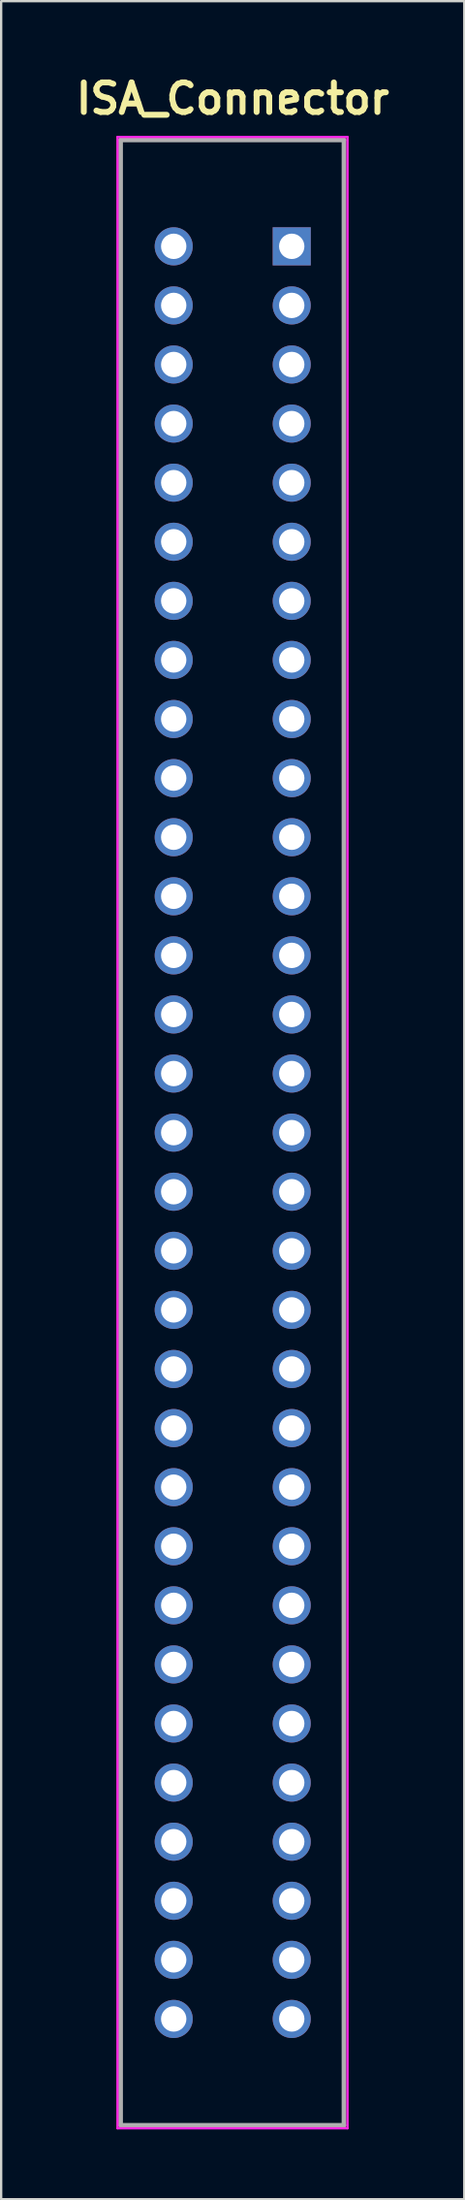
<source format=kicad_pcb>
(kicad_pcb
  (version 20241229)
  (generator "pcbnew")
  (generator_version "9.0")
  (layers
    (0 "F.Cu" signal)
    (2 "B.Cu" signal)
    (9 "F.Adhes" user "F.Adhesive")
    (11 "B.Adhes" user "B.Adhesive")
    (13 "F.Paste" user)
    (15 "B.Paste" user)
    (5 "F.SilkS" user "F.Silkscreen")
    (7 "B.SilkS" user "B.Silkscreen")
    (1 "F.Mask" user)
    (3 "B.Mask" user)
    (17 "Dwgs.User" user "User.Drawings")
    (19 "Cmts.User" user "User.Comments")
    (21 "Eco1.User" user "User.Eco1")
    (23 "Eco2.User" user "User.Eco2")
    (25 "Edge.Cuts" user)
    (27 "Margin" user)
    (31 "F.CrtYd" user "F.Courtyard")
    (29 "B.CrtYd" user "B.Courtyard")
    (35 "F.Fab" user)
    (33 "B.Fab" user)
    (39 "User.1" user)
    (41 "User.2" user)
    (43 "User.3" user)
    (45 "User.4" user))
  (footprint "ISA_Connector"
    (layer "F.Cu")
    (at 9.507 7.539)
    (property "Reference" "ISA_Connector" (at -2.54 -6.35 180) (layer "F.SilkS") (effects (font (size 1.27 1.27) (thickness 0.254))))
    (attr through_hole)
    (fp_line (start -7.366 -4.572) (end 2.248 -4.572) (stroke (width 0.1) (type solid)) (layer "F.SilkS"))
    (fp_line (start -7.366 80.772) (end -7.366 -4.572) (stroke (width 0.1) (type solid)) (layer "F.SilkS"))
    (fp_line (start 2.248 -4.572) (end 2.248 80.772) (stroke (width 0.1) (type solid)) (layer "F.SilkS"))
    (fp_line (start 2.248 80.772) (end -7.366 80.772) (stroke (width 0.1) (type solid)) (layer "F.SilkS"))
    (fp_line (start -7.5 -4.7) (end 2.4 -4.7) (stroke (width 0.1) (type solid)) (layer "F.CrtYd"))
    (fp_line (start -7.5 80.9) (end -7.5 -4.7) (stroke (width 0.1) (type solid)) (layer "F.CrtYd"))
    (fp_line (start 2.4 -4.7) (end 2.4 80.9) (stroke (width 0.1) (type solid)) (layer "F.CrtYd"))
    (fp_line (start 2.4 80.9) (end -7.5 80.9) (stroke (width 0.1) (type solid)) (layer "F.CrtYd"))
    (fp_line (start -7.366 -4.572) (end 2.248 -4.572) (stroke (width 0.2) (type solid)) (layer "F.Fab"))
    (fp_line (start -7.366 80.772) (end -7.366 -4.572) (stroke (width 0.2) (type solid)) (layer "F.Fab"))
    (fp_line (start 2.248 -4.572) (end 2.248 80.772) (stroke (width 0.2) (type solid)) (layer "F.Fab"))
    (fp_line (start 2.248 80.772) (end -7.366 80.772) (stroke (width 0.2) (type solid)) (layer "F.Fab"))
    (pad "1" thru_hole rect (at 0 0 270) (size 1.638 1.638) (drill 1.092) (layers "*.Cu" "*.Mask"))
    (pad "2" thru_hole circle (at 0 2.54 270) (size 1.638 1.638) (drill 1.092) (layers "*.Cu" "*.Mask"))
    (pad "3" thru_hole circle (at 0 5.08 270) (size 1.638 1.638) (drill 1.092) (layers "*.Cu" "*.Mask"))
    (pad "4" thru_hole circle (at 0 7.62 270) (size 1.638 1.638) (drill 1.092) (layers "*.Cu" "*.Mask"))
    (pad "5" thru_hole circle (at 0 10.16 270) (size 1.638 1.638) (drill 1.092) (layers "*.Cu" "*.Mask"))
    (pad "6" thru_hole circle (at 0 12.7 270) (size 1.638 1.638) (drill 1.092) (layers "*.Cu" "*.Mask"))
    (pad "7" thru_hole circle (at 0 15.24 270) (size 1.638 1.638) (drill 1.092) (layers "*.Cu" "*.Mask"))
    (pad "8" thru_hole circle (at 0 17.78 270) (size 1.638 1.638) (drill 1.092) (layers "*.Cu" "*.Mask"))
    (pad "9" thru_hole circle (at 0 20.32 270) (size 1.638 1.638) (drill 1.092) (layers "*.Cu" "*.Mask"))
    (pad "10" thru_hole circle (at 0 22.86 270) (size 1.638 1.638) (drill 1.092) (layers "*.Cu" "*.Mask"))
    (pad "11" thru_hole circle (at 0 25.4 270) (size 1.638 1.638) (drill 1.092) (layers "*.Cu" "*.Mask"))
    (pad "12" thru_hole circle (at 0 27.94 270) (size 1.638 1.638) (drill 1.092) (layers "*.Cu" "*.Mask"))
    (pad "13" thru_hole circle (at 0 30.48 270) (size 1.638 1.638) (drill 1.092) (layers "*.Cu" "*.Mask"))
    (pad "14" thru_hole circle (at 0 33.02 270) (size 1.638 1.638) (drill 1.092) (layers "*.Cu" "*.Mask"))
    (pad "15" thru_hole circle (at 0 35.56 270) (size 1.638 1.638) (drill 1.092) (layers "*.Cu" "*.Mask"))
    (pad "16" thru_hole circle (at 0 38.1 270) (size 1.638 1.638) (drill 1.092) (layers "*.Cu" "*.Mask"))
    (pad "17" thru_hole circle (at 0 40.64 270) (size 1.638 1.638) (drill 1.092) (layers "*.Cu" "*.Mask"))
    (pad "18" thru_hole circle (at 0 43.18 270) (size 1.638 1.638) (drill 1.092) (layers "*.Cu" "*.Mask"))
    (pad "19" thru_hole circle (at 0 45.72 270) (size 1.638 1.638) (drill 1.092) (layers "*.Cu" "*.Mask"))
    (pad "20" thru_hole circle (at 0 48.26 270) (size 1.638 1.638) (drill 1.092) (layers "*.Cu" "*.Mask"))
    (pad "21" thru_hole circle (at 0 50.8 270) (size 1.638 1.638) (drill 1.092) (layers "*.Cu" "*.Mask"))
    (pad "22" thru_hole circle (at 0 53.34 270) (size 1.638 1.638) (drill 1.092) (layers "*.Cu" "*.Mask"))
    (pad "23" thru_hole circle (at 0 55.88 270) (size 1.638 1.638) (drill 1.092) (layers "*.Cu" "*.Mask"))
    (pad "24" thru_hole circle (at 0 58.42 270) (size 1.638 1.638) (drill 1.092) (layers "*.Cu" "*.Mask"))
    (pad "25" thru_hole circle (at 0 60.96 270) (size 1.638 1.638) (drill 1.092) (layers "*.Cu" "*.Mask"))
    (pad "26" thru_hole circle (at 0 63.5 270) (size 1.638 1.638) (drill 1.092) (layers "*.Cu" "*.Mask"))
    (pad "27" thru_hole circle (at 0 66.04 270) (size 1.638 1.638) (drill 1.092) (layers "*.Cu" "*.Mask"))
    (pad "28" thru_hole circle (at 0 68.58 270) (size 1.638 1.638) (drill 1.092) (layers "*.Cu" "*.Mask"))
    (pad "29" thru_hole circle (at 0 71.12 270) (size 1.638 1.638) (drill 1.092) (layers "*.Cu" "*.Mask"))
    (pad "30" thru_hole circle (at 0 73.66 270) (size 1.638 1.638) (drill 1.092) (layers "*.Cu" "*.Mask"))
    (pad "31" thru_hole circle (at 0 76.2 270) (size 1.638 1.638) (drill 1.092) (layers "*.Cu" "*.Mask"))
    (pad "32" thru_hole circle (at -5.08 0 270) (size 1.638 1.638) (drill 1.092) (layers "*.Cu" "*.Mask"))
    (pad "33" thru_hole circle (at -5.08 2.54 270) (size 1.638 1.638) (drill 1.092) (layers "*.Cu" "*.Mask"))
    (pad "34" thru_hole circle (at -5.08 5.08 270) (size 1.638 1.638) (drill 1.092) (layers "*.Cu" "*.Mask"))
    (pad "35" thru_hole circle (at -5.08 7.62 270) (size 1.638 1.638) (drill 1.092) (layers "*.Cu" "*.Mask"))
    (pad "36" thru_hole circle (at -5.08 10.16 270) (size 1.638 1.638) (drill 1.092) (layers "*.Cu" "*.Mask"))
    (pad "37" thru_hole circle (at -5.08 12.7 270) (size 1.638 1.638) (drill 1.092) (layers "*.Cu" "*.Mask"))
    (pad "38" thru_hole circle (at -5.08 15.24 270) (size 1.638 1.638) (drill 1.092) (layers "*.Cu" "*.Mask"))
    (pad "39" thru_hole circle (at -5.08 17.78 270) (size 1.638 1.638) (drill 1.092) (layers "*.Cu" "*.Mask"))
    (pad "40" thru_hole circle (at -5.08 20.32 270) (size 1.638 1.638) (drill 1.092) (layers "*.Cu" "*.Mask"))
    (pad "41" thru_hole circle (at -5.08 22.86 270) (size 1.638 1.638) (drill 1.092) (layers "*.Cu" "*.Mask"))
    (pad "42" thru_hole circle (at -5.08 25.4 270) (size 1.638 1.638) (drill 1.092) (layers "*.Cu" "*.Mask"))
    (pad "43" thru_hole circle (at -5.08 27.94 270) (size 1.638 1.638) (drill 1.092) (layers "*.Cu" "*.Mask"))
    (pad "44" thru_hole circle (at -5.08 30.48 270) (size 1.638 1.638) (drill 1.092) (layers "*.Cu" "*.Mask"))
    (pad "45" thru_hole circle (at -5.08 33.02 270) (size 1.638 1.638) (drill 1.092) (layers "*.Cu" "*.Mask"))
    (pad "46" thru_hole circle (at -5.08 35.56 270) (size 1.638 1.638) (drill 1.092) (layers "*.Cu" "*.Mask"))
    (pad "47" thru_hole circle (at -5.08 38.1 270) (size 1.638 1.638) (drill 1.092) (layers "*.Cu" "*.Mask"))
    (pad "48" thru_hole circle (at -5.08 40.64 270) (size 1.638 1.638) (drill 1.092) (layers "*.Cu" "*.Mask"))
    (pad "49" thru_hole circle (at -5.08 43.18 270) (size 1.638 1.638) (drill 1.092) (layers "*.Cu" "*.Mask"))
    (pad "50" thru_hole circle (at -5.08 45.72 270) (size 1.638 1.638) (drill 1.092) (layers "*.Cu" "*.Mask"))
    (pad "51" thru_hole circle (at -5.08 48.26 270) (size 1.638 1.638) (drill 1.092) (layers "*.Cu" "*.Mask"))
    (pad "52" thru_hole circle (at -5.08 50.8 270) (size 1.638 1.638) (drill 1.092) (layers "*.Cu" "*.Mask"))
    (pad "53" thru_hole circle (at -5.08 53.34 270) (size 1.638 1.638) (drill 1.092) (layers "*.Cu" "*.Mask"))
    (pad "54" thru_hole circle (at -5.08 55.88 270) (size 1.638 1.638) (drill 1.092) (layers "*.Cu" "*.Mask"))
    (pad "55" thru_hole circle (at -5.08 58.42 270) (size 1.638 1.638) (drill 1.092) (layers "*.Cu" "*.Mask"))
    (pad "56" thru_hole circle (at -5.08 60.96 270) (size 1.638 1.638) (drill 1.092) (layers "*.Cu" "*.Mask"))
    (pad "57" thru_hole circle (at -5.08 63.5 270) (size 1.638 1.638) (drill 1.092) (layers "*.Cu" "*.Mask"))
    (pad "58" thru_hole circle (at -5.08 66.04 270) (size 1.638 1.638) (drill 1.092) (layers "*.Cu" "*.Mask"))
    (pad "59" thru_hole circle (at -5.08 68.58 270) (size 1.638 1.638) (drill 1.092) (layers "*.Cu" "*.Mask"))
    (pad "60" thru_hole circle (at -5.08 71.12 270) (size 1.638 1.638) (drill 1.092) (layers "*.Cu" "*.Mask"))
    (pad "61" thru_hole circle (at -5.08 73.66 270) (size 1.638 1.638) (drill 1.092) (layers "*.Cu" "*.Mask"))
    (pad "62" thru_hole circle (at -5.08 76.2 270) (size 1.638 1.638) (drill 1.092) (layers "*.Cu" "*.Mask")))
  (gr_rect
    (start -3 -3)
    (end 16.934 91.489)
    (stroke (width 0.1) (type default))
    (fill no)
    (layer "Edge.Cuts")))
</source>
